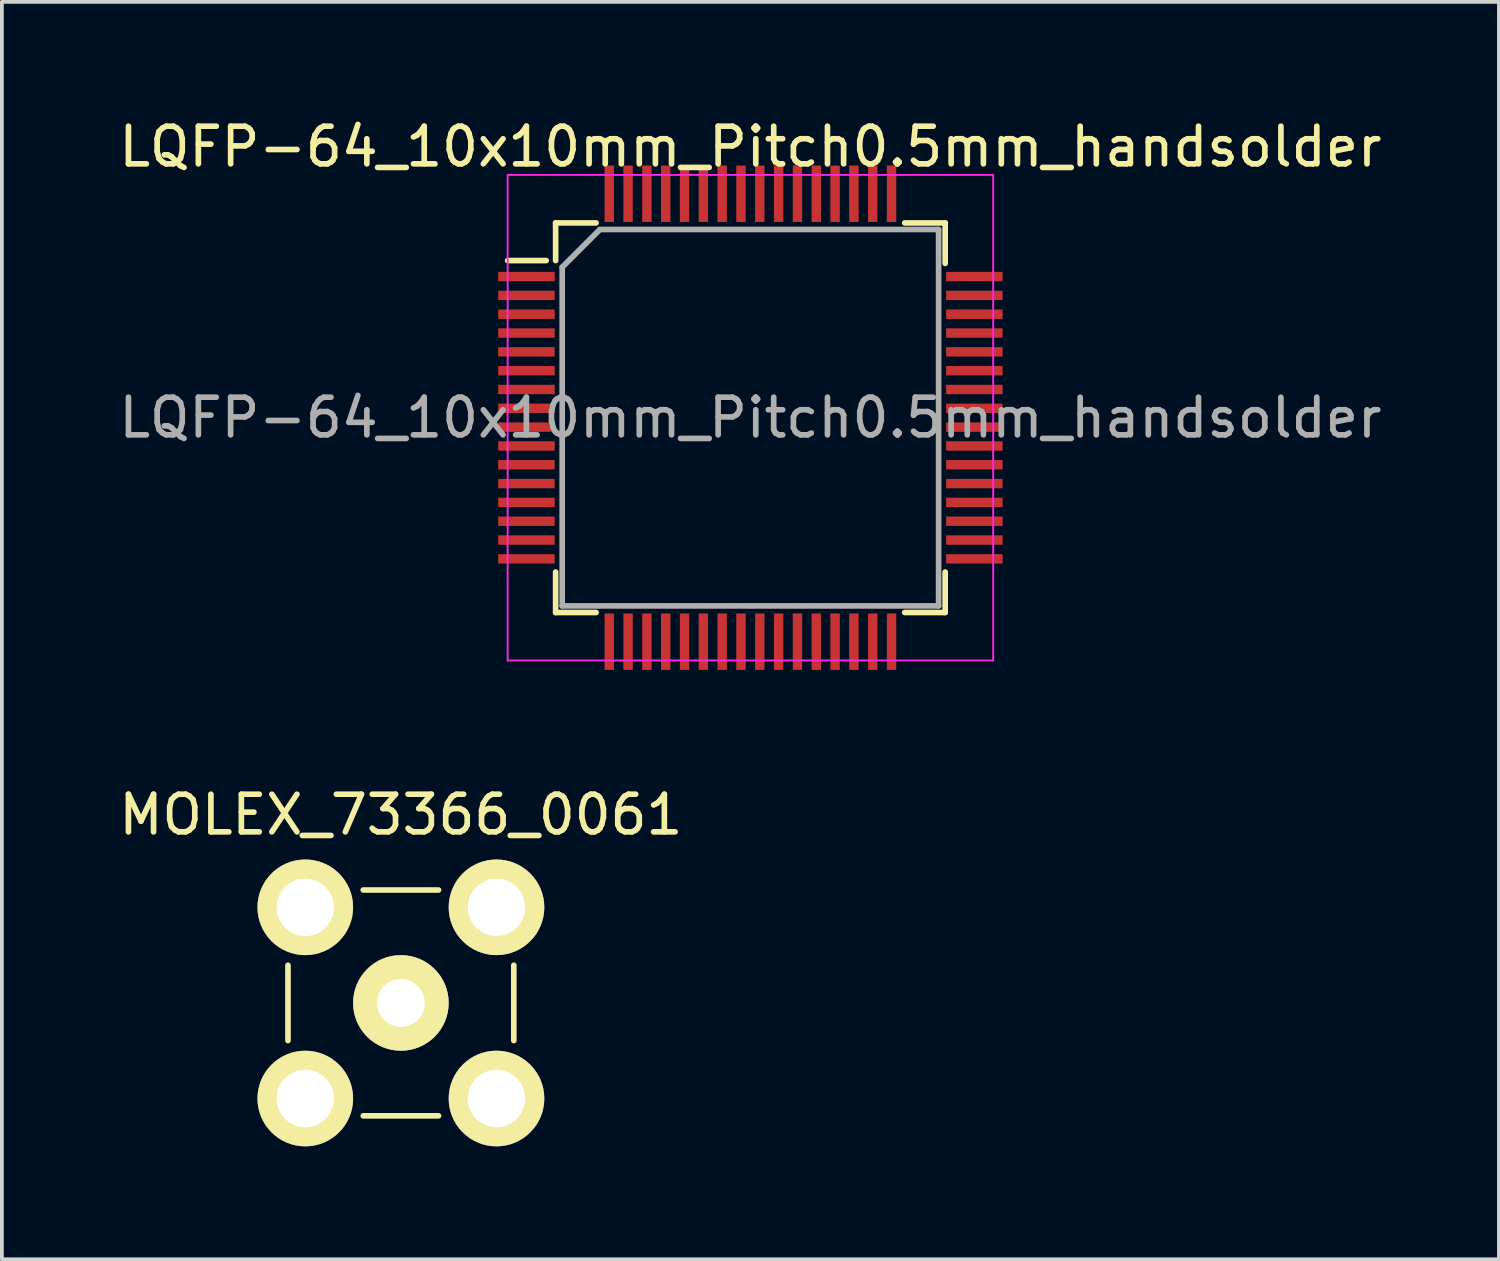
<source format=kicad_pcb>
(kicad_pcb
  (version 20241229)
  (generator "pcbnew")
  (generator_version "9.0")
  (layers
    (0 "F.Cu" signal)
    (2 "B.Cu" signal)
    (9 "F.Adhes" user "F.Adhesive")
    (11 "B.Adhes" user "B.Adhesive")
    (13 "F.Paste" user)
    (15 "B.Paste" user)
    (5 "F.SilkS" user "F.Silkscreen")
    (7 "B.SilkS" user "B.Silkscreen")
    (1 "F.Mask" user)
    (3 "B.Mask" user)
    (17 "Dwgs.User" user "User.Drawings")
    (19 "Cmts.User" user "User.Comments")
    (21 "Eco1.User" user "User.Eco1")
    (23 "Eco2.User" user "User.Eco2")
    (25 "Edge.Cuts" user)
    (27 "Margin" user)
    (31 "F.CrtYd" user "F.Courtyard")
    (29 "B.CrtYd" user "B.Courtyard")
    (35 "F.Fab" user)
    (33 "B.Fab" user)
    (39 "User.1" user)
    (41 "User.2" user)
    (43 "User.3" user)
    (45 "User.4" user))
  (footprint "LQFP-64_10x10mm_Pitch0.5mm_handsolder"
    (layer "F.Cu")
    (at 16.887 8.048)
    (property "Reference" "LQFP-64_10x10mm_Pitch0.5mm_handsolder" (at 0 -7.2 0) (layer "F.SilkS") (effects (font (size 1 1) (thickness 0.15))))
    (attr smd)
    (fp_line (start -5.425 -4.175) (end -6.45 -4.175) (stroke (width 0.15) (type solid)) (layer "F.SilkS"))
    (fp_line (start -5.175 -5.175) (end -5.175 -4.175) (stroke (width 0.15) (type solid)) (layer "F.SilkS"))
    (fp_line (start -5.175 -5.175) (end -4.1 -5.175) (stroke (width 0.15) (type solid)) (layer "F.SilkS"))
    (fp_line (start -5.175 5.175) (end -5.175 4.1) (stroke (width 0.15) (type solid)) (layer "F.SilkS"))
    (fp_line (start -5.175 5.175) (end -4.1 5.175) (stroke (width 0.15) (type solid)) (layer "F.SilkS"))
    (fp_line (start 5.175 -5.175) (end 4.1 -5.175) (stroke (width 0.15) (type solid)) (layer "F.SilkS"))
    (fp_line (start 5.175 -5.175) (end 5.175 -4.1) (stroke (width 0.15) (type solid)) (layer "F.SilkS"))
    (fp_line (start 5.175 5.175) (end 4.1 5.175) (stroke (width 0.15) (type solid)) (layer "F.SilkS"))
    (fp_line (start 5.175 5.175) (end 5.175 4.1) (stroke (width 0.15) (type solid)) (layer "F.SilkS"))
    (fp_line (start -6.45 -6.45) (end -6.45 6.45) (stroke (width 0.05) (type solid)) (layer "F.CrtYd"))
    (fp_line (start -6.45 -6.45) (end 6.45 -6.45) (stroke (width 0.05) (type solid)) (layer "F.CrtYd"))
    (fp_line (start -6.45 6.45) (end 6.45 6.45) (stroke (width 0.05) (type solid)) (layer "F.CrtYd"))
    (fp_line (start 6.45 -6.45) (end 6.45 6.45) (stroke (width 0.05) (type solid)) (layer "F.CrtYd"))
    (fp_line (start -5 -4) (end -4 -5) (stroke (width 0.15) (type solid)) (layer "F.Fab"))
    (fp_line (start -5 5) (end -5 -4) (stroke (width 0.15) (type solid)) (layer "F.Fab"))
    (fp_line (start -4 -5) (end 5 -5) (stroke (width 0.15) (type solid)) (layer "F.Fab"))
    (fp_line (start 5 -5) (end 5 5) (stroke (width 0.15) (type solid)) (layer "F.Fab"))
    (fp_line (start 5 5) (end -5 5) (stroke (width 0.15) (type solid)) (layer "F.Fab"))
    (fp_text user "${REFERENCE}" (at 0 0 0) (layer "F.Fab") (effects (font (size 1 1) (thickness 0.15))))
    (pad "1" smd rect (at -5.95 -3.75) (size 1.5 0.25) (layers "F.Cu" "F.Mask" "F.Paste"))
    (pad "2" smd rect (at -5.95 -3.25) (size 1.5 0.25) (layers "F.Cu" "F.Mask" "F.Paste"))
    (pad "3" smd rect (at -5.95 -2.75) (size 1.5 0.25) (layers "F.Cu" "F.Mask" "F.Paste"))
    (pad "4" smd rect (at -5.95 -2.25) (size 1.5 0.25) (layers "F.Cu" "F.Mask" "F.Paste"))
    (pad "5" smd rect (at -5.95 -1.75) (size 1.5 0.25) (layers "F.Cu" "F.Mask" "F.Paste"))
    (pad "6" smd rect (at -5.95 -1.25) (size 1.5 0.25) (layers "F.Cu" "F.Mask" "F.Paste"))
    (pad "7" smd rect (at -5.95 -0.75) (size 1.5 0.25) (layers "F.Cu" "F.Mask" "F.Paste"))
    (pad "8" smd rect (at -5.95 -0.25) (size 1.5 0.25) (layers "F.Cu" "F.Mask" "F.Paste"))
    (pad "9" smd rect (at -5.95 0.25) (size 1.5 0.25) (layers "F.Cu" "F.Mask" "F.Paste"))
    (pad "10" smd rect (at -5.95 0.75) (size 1.5 0.25) (layers "F.Cu" "F.Mask" "F.Paste"))
    (pad "11" smd rect (at -5.95 1.25) (size 1.5 0.25) (layers "F.Cu" "F.Mask" "F.Paste"))
    (pad "12" smd rect (at -5.95 1.75) (size 1.5 0.25) (layers "F.Cu" "F.Mask" "F.Paste"))
    (pad "13" smd rect (at -5.95 2.25) (size 1.5 0.25) (layers "F.Cu" "F.Mask" "F.Paste"))
    (pad "14" smd rect (at -5.95 2.75) (size 1.5 0.25) (layers "F.Cu" "F.Mask" "F.Paste"))
    (pad "15" smd rect (at -5.95 3.25) (size 1.5 0.25) (layers "F.Cu" "F.Mask" "F.Paste"))
    (pad "16" smd rect (at -5.95 3.75) (size 1.5 0.25) (layers "F.Cu" "F.Mask" "F.Paste"))
    (pad "17" smd rect (at -3.75 5.95 90) (size 1.5 0.25) (layers "F.Cu" "F.Mask" "F.Paste"))
    (pad "18" smd rect (at -3.25 5.95 90) (size 1.5 0.25) (layers "F.Cu" "F.Mask" "F.Paste"))
    (pad "19" smd rect (at -2.75 5.95 90) (size 1.5 0.25) (layers "F.Cu" "F.Mask" "F.Paste"))
    (pad "20" smd rect (at -2.25 5.95 90) (size 1.5 0.25) (layers "F.Cu" "F.Mask" "F.Paste"))
    (pad "21" smd rect (at -1.75 5.95 90) (size 1.5 0.25) (layers "F.Cu" "F.Mask" "F.Paste"))
    (pad "22" smd rect (at -1.25 5.95 90) (size 1.5 0.25) (layers "F.Cu" "F.Mask" "F.Paste"))
    (pad "23" smd rect (at -0.75 5.95 90) (size 1.5 0.25) (layers "F.Cu" "F.Mask" "F.Paste"))
    (pad "24" smd rect (at -0.25 5.95 90) (size 1.5 0.25) (layers "F.Cu" "F.Mask" "F.Paste"))
    (pad "25" smd rect (at 0.25 5.95 90) (size 1.5 0.25) (layers "F.Cu" "F.Mask" "F.Paste"))
    (pad "26" smd rect (at 0.75 5.95 90) (size 1.5 0.25) (layers "F.Cu" "F.Mask" "F.Paste"))
    (pad "27" smd rect (at 1.25 5.95 90) (size 1.5 0.25) (layers "F.Cu" "F.Mask" "F.Paste"))
    (pad "28" smd rect (at 1.75 5.95 90) (size 1.5 0.25) (layers "F.Cu" "F.Mask" "F.Paste"))
    (pad "29" smd rect (at 2.25 5.95 90) (size 1.5 0.25) (layers "F.Cu" "F.Mask" "F.Paste"))
    (pad "30" smd rect (at 2.75 5.95 90) (size 1.5 0.25) (layers "F.Cu" "F.Mask" "F.Paste"))
    (pad "31" smd rect (at 3.25 5.95 90) (size 1.5 0.25) (layers "F.Cu" "F.Mask" "F.Paste"))
    (pad "32" smd rect (at 3.75 5.95 90) (size 1.5 0.25) (layers "F.Cu" "F.Mask" "F.Paste"))
    (pad "33" smd rect (at 5.95 3.75) (size 1.5 0.25) (layers "F.Cu" "F.Mask" "F.Paste"))
    (pad "34" smd rect (at 5.95 3.25) (size 1.5 0.25) (layers "F.Cu" "F.Mask" "F.Paste"))
    (pad "35" smd rect (at 5.95 2.75) (size 1.5 0.25) (layers "F.Cu" "F.Mask" "F.Paste"))
    (pad "36" smd rect (at 5.95 2.25) (size 1.5 0.25) (layers "F.Cu" "F.Mask" "F.Paste"))
    (pad "37" smd rect (at 5.95 1.75) (size 1.5 0.25) (layers "F.Cu" "F.Mask" "F.Paste"))
    (pad "38" smd rect (at 5.95 1.25) (size 1.5 0.25) (layers "F.Cu" "F.Mask" "F.Paste"))
    (pad "39" smd rect (at 5.95 0.75) (size 1.5 0.25) (layers "F.Cu" "F.Mask" "F.Paste"))
    (pad "40" smd rect (at 5.95 0.25) (size 1.5 0.25) (layers "F.Cu" "F.Mask" "F.Paste"))
    (pad "41" smd rect (at 5.95 -0.25) (size 1.5 0.25) (layers "F.Cu" "F.Mask" "F.Paste"))
    (pad "42" smd rect (at 5.95 -0.75) (size 1.5 0.25) (layers "F.Cu" "F.Mask" "F.Paste"))
    (pad "43" smd rect (at 5.95 -1.25) (size 1.5 0.25) (layers "F.Cu" "F.Mask" "F.Paste"))
    (pad "44" smd rect (at 5.95 -1.75) (size 1.5 0.25) (layers "F.Cu" "F.Mask" "F.Paste"))
    (pad "45" smd rect (at 5.95 -2.25) (size 1.5 0.25) (layers "F.Cu" "F.Mask" "F.Paste"))
    (pad "46" smd rect (at 5.95 -2.75) (size 1.5 0.25) (layers "F.Cu" "F.Mask" "F.Paste"))
    (pad "47" smd rect (at 5.95 -3.25) (size 1.5 0.25) (layers "F.Cu" "F.Mask" "F.Paste"))
    (pad "48" smd rect (at 5.95 -3.75) (size 1.5 0.25) (layers "F.Cu" "F.Mask" "F.Paste"))
    (pad "49" smd rect (at 3.75 -5.95 90) (size 1.5 0.25) (layers "F.Cu" "F.Mask" "F.Paste"))
    (pad "50" smd rect (at 3.25 -5.95 90) (size 1.5 0.25) (layers "F.Cu" "F.Mask" "F.Paste"))
    (pad "51" smd rect (at 2.75 -5.95 90) (size 1.5 0.25) (layers "F.Cu" "F.Mask" "F.Paste"))
    (pad "52" smd rect (at 2.25 -5.95 90) (size 1.5 0.25) (layers "F.Cu" "F.Mask" "F.Paste"))
    (pad "53" smd rect (at 1.75 -5.95 90) (size 1.5 0.25) (layers "F.Cu" "F.Mask" "F.Paste"))
    (pad "54" smd rect (at 1.25 -5.95 90) (size 1.5 0.25) (layers "F.Cu" "F.Mask" "F.Paste"))
    (pad "55" smd rect (at 0.75 -5.95 90) (size 1.5 0.25) (layers "F.Cu" "F.Mask" "F.Paste"))
    (pad "56" smd rect (at 0.25 -5.95 90) (size 1.5 0.25) (layers "F.Cu" "F.Mask" "F.Paste"))
    (pad "57" smd rect (at -0.25 -5.95 90) (size 1.5 0.25) (layers "F.Cu" "F.Mask" "F.Paste"))
    (pad "58" smd rect (at -0.75 -5.95 90) (size 1.5 0.25) (layers "F.Cu" "F.Mask" "F.Paste"))
    (pad "59" smd rect (at -1.25 -5.95 90) (size 1.5 0.25) (layers "F.Cu" "F.Mask" "F.Paste"))
    (pad "60" smd rect (at -1.75 -5.95 90) (size 1.5 0.25) (layers "F.Cu" "F.Mask" "F.Paste"))
    (pad "61" smd rect (at -2.25 -5.95 90) (size 1.5 0.25) (layers "F.Cu" "F.Mask" "F.Paste"))
    (pad "62" smd rect (at -2.75 -5.95 90) (size 1.5 0.25) (layers "F.Cu" "F.Mask" "F.Paste"))
    (pad "63" smd rect (at -3.25 -5.95 90) (size 1.5 0.25) (layers "F.Cu" "F.Mask" "F.Paste"))
    (pad "64" smd rect (at -3.75 -5.95 90) (size 1.5 0.25) (layers "F.Cu" "F.Mask" "F.Paste")))
  (footprint "MOLEX_73366_0061"
    (layer "F.Cu")
    (at 7.601 23.596)
    (property "Reference" "MOLEX_73366_0061" (at 0 -5 0) (layer "F.SilkS") (effects (font (size 1 1) (thickness 0.15))))
    (attr through_hole)
    (fp_line (start -3 -1) (end -3 1) (stroke (width 0.15) (type solid)) (layer "F.SilkS"))
    (fp_line (start -1 -3) (end 1 -3) (stroke (width 0.15) (type solid)) (layer "F.SilkS"))
    (fp_line (start -1 3) (end 1 3) (stroke (width 0.15) (type solid)) (layer "F.SilkS"))
    (fp_line (start 3 1) (end 3 -1) (stroke (width 0.15) (type solid)) (layer "F.SilkS"))
    (pad "1" thru_hole circle (at 0 0) (size 2.54 2.54) (drill 1.27) (layers "*.Cu" "*.Mask" "F.SilkS"))
    (pad "2" thru_hole circle (at -2.54 2.54) (size 2.54 2.54) (drill 1.524) (layers "*.Cu" "*.Mask" "F.SilkS"))
    (pad "3" thru_hole circle (at 2.54 2.54) (size 2.54 2.54) (drill 1.524) (layers "*.Cu" "*.Mask" "F.SilkS"))
    (pad "4" thru_hole circle (at 2.54 -2.54) (size 2.54 2.54) (drill 1.524) (layers "*.Cu" "*.Mask" "F.SilkS"))
    (pad "5" thru_hole circle (at -2.54 -2.54) (size 2.54 2.54) (drill 1.524) (layers "*.Cu" "*.Mask" "F.SilkS")))
  (gr_rect
    (start -3 -3)
    (end 36.774 30.407)
    (stroke (width 0.1) (type default))
    (fill no)
    (layer "Edge.Cuts")))
</source>
